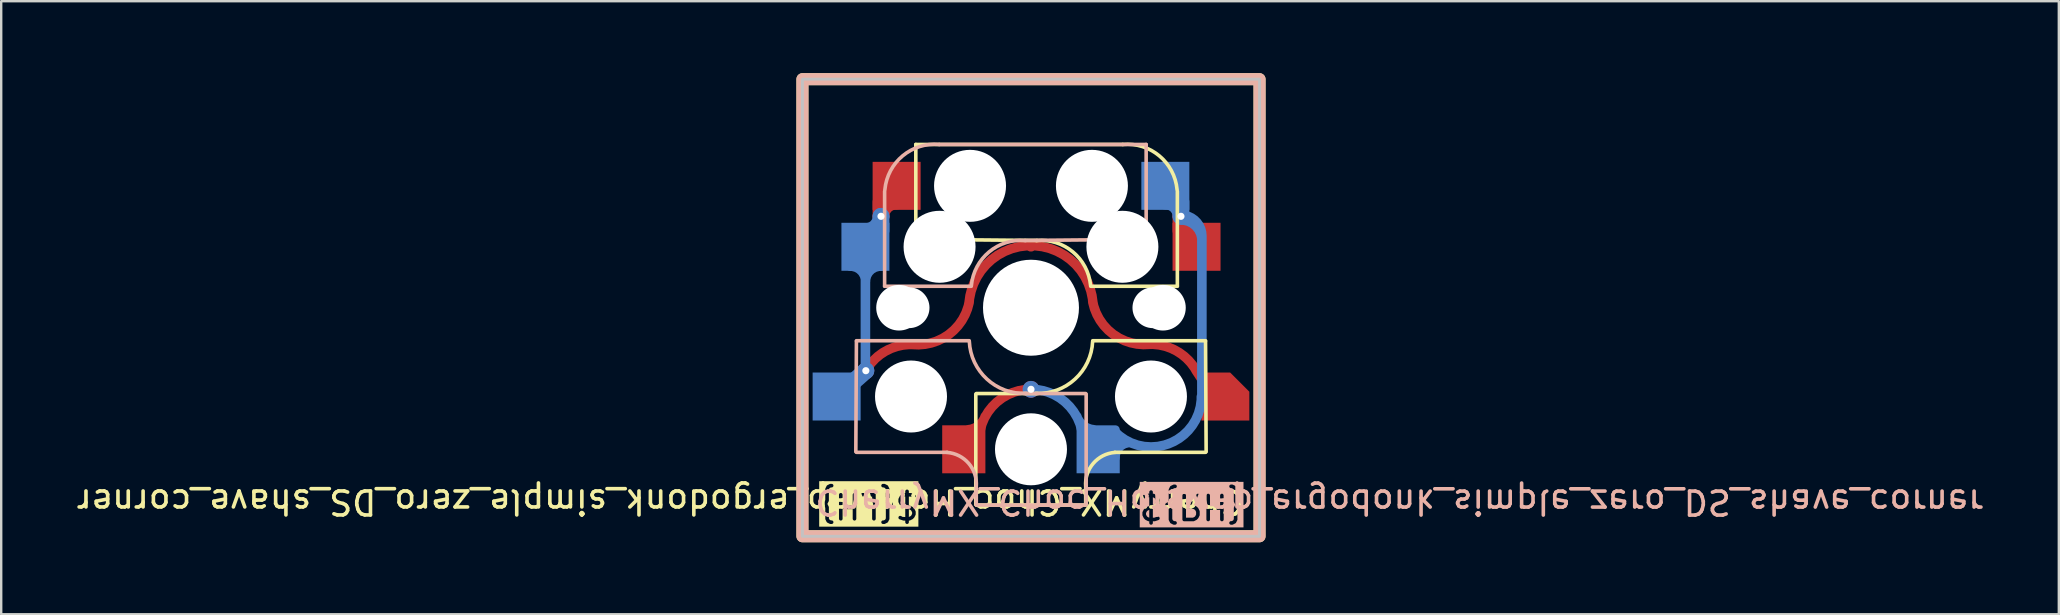
<source format=kicad_pcb>
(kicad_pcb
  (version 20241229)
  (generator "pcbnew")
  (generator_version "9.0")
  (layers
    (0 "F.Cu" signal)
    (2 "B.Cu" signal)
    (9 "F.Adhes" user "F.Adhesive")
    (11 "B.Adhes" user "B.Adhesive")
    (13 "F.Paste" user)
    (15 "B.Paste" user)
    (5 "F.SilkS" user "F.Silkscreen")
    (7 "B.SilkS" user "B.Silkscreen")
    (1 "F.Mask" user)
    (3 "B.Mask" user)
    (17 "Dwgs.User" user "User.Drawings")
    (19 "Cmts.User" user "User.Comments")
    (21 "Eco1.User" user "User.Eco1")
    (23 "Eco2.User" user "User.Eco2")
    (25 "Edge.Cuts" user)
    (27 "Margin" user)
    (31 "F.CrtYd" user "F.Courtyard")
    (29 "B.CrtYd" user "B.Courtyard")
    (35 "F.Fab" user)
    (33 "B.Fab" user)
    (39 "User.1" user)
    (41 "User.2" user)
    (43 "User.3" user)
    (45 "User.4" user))
  (footprint "CherryMX_Choc_Hotswap_ergodonk_simple_zero_DS_shave_corner"
    (layer "F.Cu")
    (at 39.917 9.775)
    (property "Reference" "CherryMX_Choc_Hotswap_ergodonk_simple_zero_DS_shave_corner" (at 9 8.09 180) (unlocked yes) (layer "F.SilkS") (effects (font (size 1 1) (thickness 0.15)) (justify left)))
    (attr smd)
    (fp_line (start -4.8 -6.804) (end 3.825 -6.804) (stroke (width 0.15) (type solid)) (layer "F.SilkS"))
    (fp_line (start -4.8 -2.896) (end -4.8 -6.804) (stroke (width 0.15) (type solid)) (layer "F.SilkS"))
    (fp_line (start -4.8 -2.85) (end 0.25 -2.804) (stroke (width 0.15) (type solid)) (layer "F.SilkS"))
    (fp_line (start -2.3 3.6) (end -2.3 8.2) (stroke (width 0.15) (type solid)) (layer "F.SilkS"))
    (fp_line (start -2.275 3.575) (end 0.275 3.575) (stroke (width 0.15) (type solid)) (layer "F.SilkS"))
    (fp_line (start -2.275 8.225) (end 2.275 8.225) (stroke (width 0.15) (type solid)) (layer "F.SilkS"))
    (fp_line (start 2.28 7.5) (end 2.28 8.2) (stroke (width 0.15) (type solid)) (layer "F.SilkS"))
    (fp_line (start 2.575 1.375) (end 7.275 1.375) (stroke (width 0.15) (type solid)) (layer "F.SilkS"))
    (fp_line (start 3.5 6.025) (end 7.275 6.025) (stroke (width 0.15) (type solid)) (layer "F.SilkS"))
    (fp_line (start 6.1 -4.85) (end 6.1 -0.905) (stroke (width 0.15) (type solid)) (layer "F.SilkS"))
    (fp_line (start 6.1 -0.896) (end 2.49 -0.896) (stroke (width 0.15) (type solid)) (layer "F.SilkS"))
    (fp_line (start 7.275 1.4) (end 7.3 6) (stroke (width 0.15) (type solid)) (layer "F.SilkS"))
    (fp_rect (start 9.525 -9.525) (end -9.525 9.525) (stroke (width 0.5) (type default)) (fill no) (layer "F.SilkS"))
    (fp_arc (start 0.225 -2.8) (mid 1.744361 -2.328061) (end 2.485 -0.92) (stroke (width 0.15) (type solid)) (layer "F.SilkS"))
    (fp_arc (start 2.28 7.45) (mid 2.595908 6.48733) (end 3.5 6.03) (stroke (width 0.15) (type solid)) (layer "F.SilkS"))
    (fp_arc (start 2.57 1.4) (mid 1.834422 2.975843) (end 0.2 3.57) (stroke (width 0.15) (type solid)) (layer "F.SilkS"))
    (fp_arc (start 3.825 -6.804) (mid 5.347189 -6.33089) (end 6.089 -4.92) (stroke (width 0.15) (type solid)) (layer "F.SilkS"))
    (fp_line (start -7.275 1.4) (end -7.3 6) (stroke (width 0.15) (type solid)) (layer "B.SilkS"))
    (fp_line (start -6.1 -4.85) (end -6.1 -0.905) (stroke (width 0.15) (type solid)) (layer "B.SilkS"))
    (fp_line (start -6.1 -0.896) (end -2.49 -0.896) (stroke (width 0.15) (type solid)) (layer "B.SilkS"))
    (fp_line (start -3.5 6.025) (end -7.275 6.025) (stroke (width 0.15) (type solid)) (layer "B.SilkS"))
    (fp_line (start -2.575 1.375) (end -7.275 1.375) (stroke (width 0.15) (type solid)) (layer "B.SilkS"))
    (fp_line (start -2.28 7.5) (end -2.28 8.2) (stroke (width 0.15) (type solid)) (layer "B.SilkS"))
    (fp_line (start 2.275 3.575) (end -0.275 3.575) (stroke (width 0.15) (type solid)) (layer "B.SilkS"))
    (fp_line (start 2.275 8.225) (end -2.275 8.225) (stroke (width 0.15) (type solid)) (layer "B.SilkS"))
    (fp_line (start 2.3 3.6) (end 2.3 8.2) (stroke (width 0.15) (type solid)) (layer "B.SilkS"))
    (fp_line (start 4.8 -6.804) (end -3.825 -6.804) (stroke (width 0.15) (type solid)) (layer "B.SilkS"))
    (fp_line (start 4.8 -2.896) (end 4.8 -6.804) (stroke (width 0.15) (type solid)) (layer "B.SilkS"))
    (fp_line (start 4.8 -2.85) (end -0.25 -2.804) (stroke (width 0.15) (type solid)) (layer "B.SilkS"))
    (fp_rect (start 9.525 -9.525) (end -9.525 9.525) (stroke (width 0.5) (type default)) (fill no) (layer "B.SilkS"))
    (fp_arc (start -6.089 -4.92) (mid -5.347189 -6.33089) (end -3.825 -6.804) (stroke (width 0.15) (type solid)) (layer "B.SilkS"))
    (fp_arc (start -3.5 6.03) (mid -2.595908 6.48733) (end -2.28 7.45) (stroke (width 0.15) (type solid)) (layer "B.SilkS"))
    (fp_arc (start -2.485 -0.92) (mid -1.744361 -2.328061) (end -0.225 -2.8) (stroke (width 0.15) (type solid)) (layer "B.SilkS"))
    (fp_arc (start -0.2 3.57) (mid -1.834422 2.975843) (end -2.57 1.4) (stroke (width 0.15) (type solid)) (layer "B.SilkS"))
    (fp_rect (start 9.525 -9.525) (end -9.525 9.525) (stroke (width 0.12) (type default)) (fill no) (layer "Dwgs.User"))
    (fp_line (start -9 -9) (end 9 -9) (stroke (width 0.15) (type solid)) (layer "Eco2.User"))
    (fp_line (start -9 9) (end -9 -9) (stroke (width 0.15) (type solid)) (layer "Eco2.User"))
    (fp_line (start 9 -9) (end 9 9) (stroke (width 0.15) (type solid)) (layer "Eco2.User"))
    (fp_line (start 9 9) (end -9 9) (stroke (width 0.15) (type solid)) (layer "Eco2.User"))
    (fp_rect (start 7 7) (end -7 -7) (stroke (width 0.12) (type default)) (fill no) (layer "User.4"))
    (fp_text user "${LH}" (at -8.93 8.25 180) (unlocked yes) (layer "F.SilkS" knockout) (effects (font (size 1 1) (thickness 0.15)) (justify right)))
    (fp_text user "${REFERENCE}" (at -9.08 7.51 180) (unlocked yes) (layer "B.SilkS") (effects (font (size 1 1) (thickness 0.15)) (justify left bottom mirror)))
    (fp_text user "${RH}" (at 8.96 8.28 180) (unlocked yes) (layer "B.SilkS" knockout) (effects (font (size 1 1) (thickness 0.15)) (justify right mirror)))
    (pad "" np_thru_hole circle (at -5.5 0 90) (size 1.9 1.9) (drill 1.9) (layers "*.Cu" "*.Mask"))
    (pad "" np_thru_hole circle (at -5.08 0) (size 1.7 1.7) (drill 1.7) (layers "*.Cu" "*.Mask"))
    (pad "" np_thru_hole circle (at -5 3.7 90) (size 3 3) (drill 3) (layers "*.Cu" "*.Mask"))
    (pad "" np_thru_hole circle (at -3.81 -2.54 180) (size 3 3) (drill 3) (layers "*.Cu" "*.Mask"))
    (pad "" np_thru_hole circle (at -2.54 -5.08 180) (size 3 3) (drill 3) (layers "*.Cu" "*.Mask"))
    (pad "" np_thru_hole circle (at 0 0 90) (size 4 4) (drill 4) (layers "*.Cu" "*.Mask"))
    (pad "" np_thru_hole circle (at 0 5.9 90) (size 3 3) (drill 3) (layers "*.Cu" "*.Mask"))
    (pad "" np_thru_hole circle (at 2.54 -5.08 180) (size 3 3) (drill 3) (layers "*.Cu" "*.Mask"))
    (pad "" np_thru_hole circle (at 3.81 -2.54 180) (size 3 3) (drill 3) (layers "*.Cu" "*.Mask"))
    (pad "" np_thru_hole circle (at 5 3.7 270) (size 3 3) (drill 3) (layers "*.Cu" "*.Mask"))
    (pad "" np_thru_hole circle (at 5.08 0) (size 1.7 1.7) (drill 1.7) (layers "*.Cu" "*.Mask"))
    (pad "" np_thru_hole circle (at 5.5 0 90) (size 1.9 1.9) (drill 1.9) (layers "*.Cu" "*.Mask"))
    (pad "5" smd rect (at -2.8 5.9 180) (size 1.8 2) (layers "F.Cu" "F.Mask" "F.Paste"))
    (pad "5" smd custom (at 0 3.4 180) (size 0.5 0.5) (layers "F.Cu") (options (anchor circle)) (primitives (gr_arc (start 2.162317 -2.145078) (mid 1.522907 -0.62724) (end 0 0) (width 0.4)) (gr_arc (start 1.91 -1.130079) (mid 2.168641 -1.50068) (end 2.583232 -1.680555) (width 0.4))))
    (pad "5" thru_hole circle (at 0 3.4) (size 0.7 0.7) (drill 0.3) (layers "*.Cu"))
    (pad "5" smd custom (at 1.523 4.027) (size 0.4 0.4) (layers "B.Cu") (options (anchor circle)) (primitives (gr_arc (start -1.522907 -0.62724) (mid 0 0) (end 0.63941 1.517838) (width 0.4)) (gr_arc (start 1.060325 1.053315) (mid 0.645733 0.873441) (end 0.387091 0.50284) (width 0.4))))
    (pad "5" smd roundrect (at 2.8 5.9 180) (size 1.8 2) (layers "B.Cu" "B.Mask" "B.Paste") (roundrect_rratio 0.1) (chamfer_ratio 0) (chamfer top_left top_right bottom_right))
    (pad "5" smd rect (at 5.6 -5.08 180) (size 2 2) (layers "B.Cu" "B.Mask" "B.Paste"))
    (pad "5" smd custom (at 6.19 -3.21) (size 0.5 0.5) (layers "F.Cu" "F.Mask" "F.Paste") (options (anchor circle)) (primitives (gr_arc (start 0.69 0.03) (mid 0.244523 -0.154523) (end 0.06 -0.6) (width 0.7)) (gr_line (start 0.06 -0.6) (end 0.06 0) (width 0.7))))
    (pad "5" thru_hole circle (at 6.25 -3.81) (size 0.7 0.7) (drill 0.3) (layers "*.Cu"))
    (pad "5" smd rect (at 6.9 -2.54 180) (size 2 2) (layers "F.Cu" "F.Mask" "F.Paste"))
    (pad "5" smd custom (at 7.122 0.355 180) (size 0.4 0.4) (layers "B.Cu") (options (anchor circle)) (primitives (gr_line (start 0 -3.345) (end 0 3.345) (width 0.4)) (gr_arc (start 0.867257 4.009817) (mid 0.252074 3.755) (end -0.002743 3.139817) (width 0.4)) (gr_arc (start 0.022075 -3.345) (mid 1.282666 -5.26994) (end 3.55102 -4.883867) (width 0.4)) (gr_arc (start 3.622074 -5.895) (mid 3.437552 -5.449521) (end 2.992074 -5.264996) (width 0.4)) (gr_arc (start 1.502074 4.795) (mid 1.056594 4.610479) (end 0.87207 4.165) (width 0.7)) (gr_line (start 0.872 4.165) (end 0.872 4.765) (width 0.7)) (gr_arc (start 0.87 4.215) (mid 0.254817 3.960183) (end 0 3.345) (width 0.4))))
    (pad "6" smd rect (at -8.1 3.7 180) (size 2 2) (layers "B.Cu" "B.Mask" "B.Paste"))
    (pad "6" smd rect (at -6.9 -2.54 180) (size 2 2) (layers "B.Cu" "B.Mask" "B.Paste"))
    (pad "6" smd custom (at -6.9 -0.06) (size 0.4 0.4) (layers "B.Cu") (options (anchor circle)) (primitives (gr_line (start 0 2.48) (end 0 -2.48) (width 0.4)) (gr_line (start 0.018 2.684) (end -1.2 3.76) (width 0.7)) (gr_arc (start -0.624523 -1.67) (mid -0.179046 -1.485477) (end 0.005477 -1.04) (width 0.4)) (gr_arc (start 0.005477 -1.04) (mid 0.19 -1.485478) (end 0.635477 -1.670003) (width 0.4))))
    (pad "6" thru_hole circle (at -6.882 2.624) (size 0.7 0.7) (drill 0.3) (layers "*.Cu"))
    (pad "6" smd custom (at -6.29 -4.35) (size 0.5 0.5) (layers "F.Cu" "F.Mask" "F.Paste") (options (anchor circle)) (primitives (gr_arc (start 0.04 0.54) (mid 0.224523 0.094523) (end 0.67 -0.09) (width 0.7)) (gr_line (start 0.04 0.54) (end 0.04 -0.06) (width 0.7))))
    (pad "6" smd custom (at -6.29 -3.34) (size 0.5 0.5) (layers "B.Cu" "B.Mask" "B.Paste") (options (anchor circle)) (primitives (gr_arc (start 0.04 -0.47) (mid -0.144523 -0.024523) (end -0.59 0.16) (width 0.7)) (gr_line (start 0.04 -0.47) (end 0.04 0.13) (width 0.7))))
    (pad "6" thru_hole circle (at -6.25 -3.81) (size 0.7 0.7) (drill 0.3) (layers "*.Cu"))
    (pad "6" smd rect (at -5.6 -5.08 180) (size 2 2) (layers "F.Cu" "F.Mask" "F.Paste"))
    (pad "6" smd custom (at -0.004 -2.589 180) (size 0.5 0.5) (layers "F.Cu") (options (anchor circle)) (primitives (gr_arc (start 2.575781 -2.378529) (mid 0 0) (end -2.583521 -2.37012) (width 0.4)) (gr_arc (start -4.952367 -4.112751) (mid -3.433578 -3.695955) (end -2.58352 -2.37012) (width 0.4)) (gr_arc (start -4.952367 -4.112752) (mid -6.069049 -4.392065) (end -6.88535 -5.203635) (width 0.4)) (gr_line (start -6.885 -5.204) (end -7.514 -6.169) (width 0.4)) (gr_arc (start 2.575781 -2.378529) (mid 3.425837 -3.704367) (end 4.944628 -4.121163) (width 0.4)) (gr_arc (start 6.877611 -5.212044) (mid 6.06131 -4.400474) (end 4.944628 -4.12116) (width 0.4))))
    (pad "6" smd roundrect (at 8.1 3.7 180) (size 2 2) (layers "F.Cu" "F.Mask" "F.Paste") (roundrect_rratio 0) (chamfer_ratio 0.4) (chamfer bottom_left)))
  (gr_rect
    (start -3 -3)
    (end 82.753 22.55)
    (stroke (width 0.1) (type default))
    (fill no)
    (layer "Edge.Cuts")))
</source>
